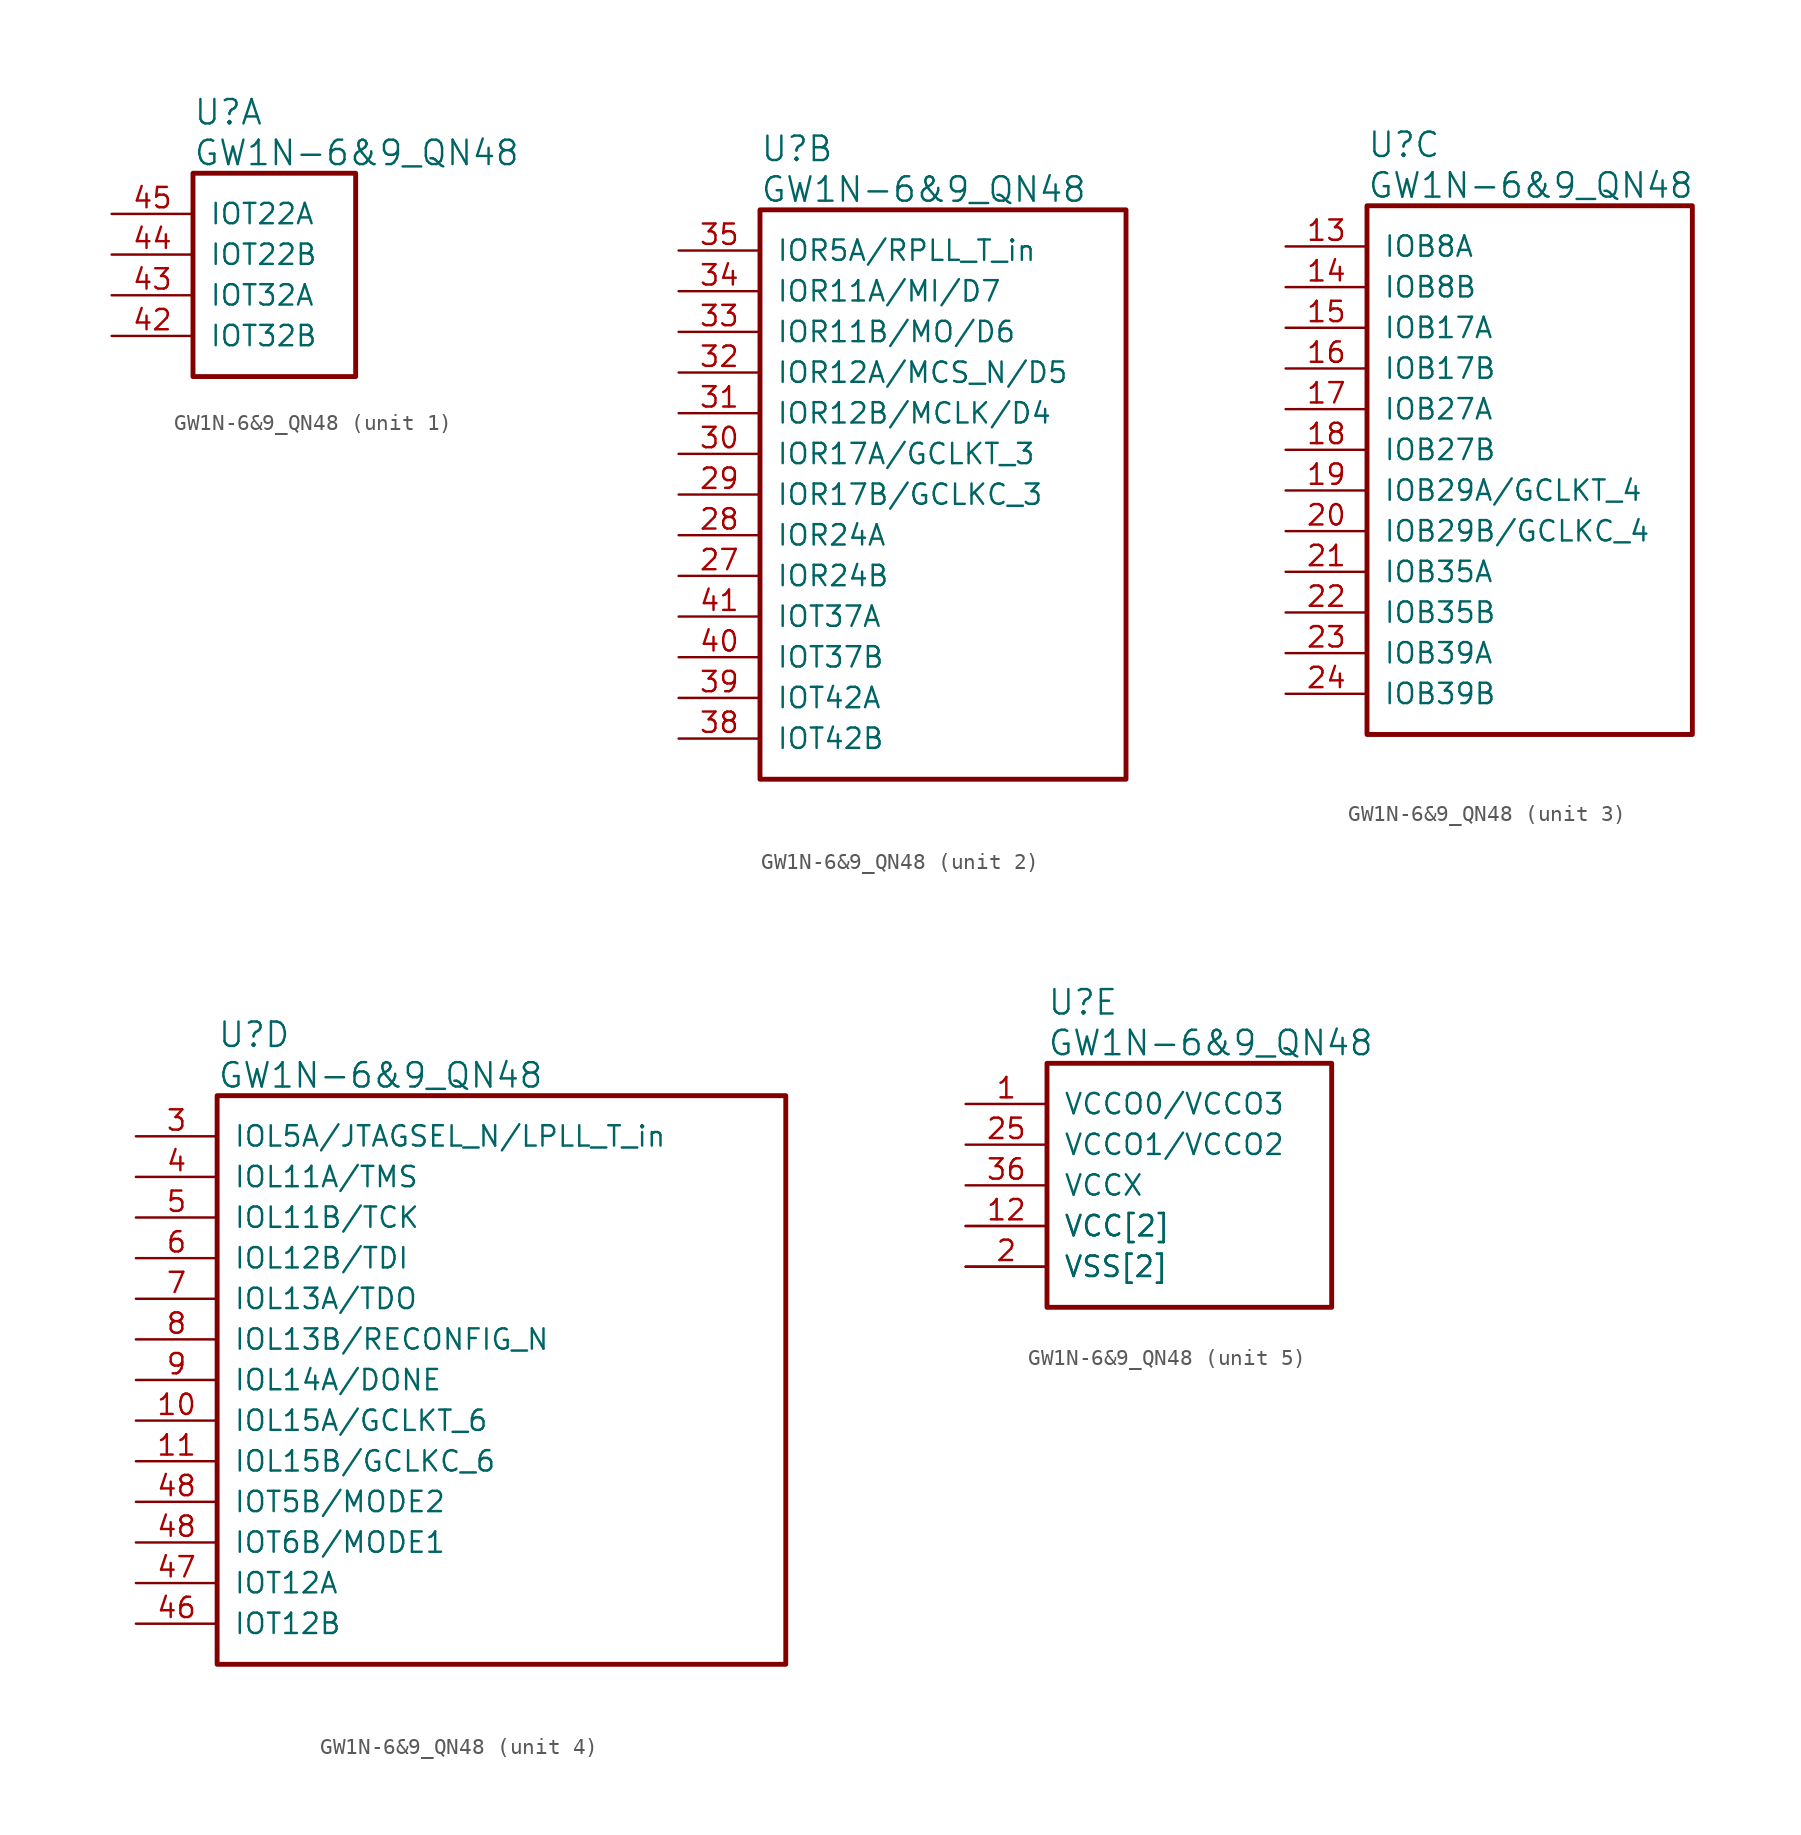
<source format=kicad_sym>
(kicad_symbol_lib
  (version 20241209)
  (generator "kicad_symbol_editor")
  (generator_version "9.0")
  (symbol "GW1N-6&9_QN48"
    (pin_names
      (offset 1.016))
    (property "Reference" "U"
      (at 5.08 6.35 0)
      (effects (font (size 1.524 1.524)) (justify left)))
    (property "Value" "GW1N-6&9_QN48"
      (at 5.08 3.81 0)
      (effects (font (size 1.524 1.524)) (justify left)))
    (property "ki_locked" ""
      (at 0 0 0)
      (effects (font (size 1.27 1.27))))
    (symbol "GW1N-6&9_QN48_1_1"
      (rectangle (start 5.08 2.54) (end 15.24 -10.16) (stroke (width 0.305) (type solid)) (fill (type none)))
      (pin bidirectional line (at 0 0 0) (length 5.08) (name "IOT22A" (effects (font (size 1.27 1.27)))) (number "45" (effects (font (size 1.27 1.27)))))
      (pin bidirectional line (at 0 -2.54 0) (length 5.08) (name "IOT22B" (effects (font (size 1.27 1.27)))) (number "44" (effects (font (size 1.27 1.27)))))
      (pin bidirectional line (at 0 -5.08 0) (length 5.08) (name "IOT32A" (effects (font (size 1.27 1.27)))) (number "43" (effects (font (size 1.27 1.27)))))
      (pin bidirectional line (at 0 -7.62 0) (length 5.08) (name "IOT32B" (effects (font (size 1.27 1.27)))) (number "42" (effects (font (size 1.27 1.27))))))
    (symbol "GW1N-6&9_QN48_2_1"
      (rectangle (start 5.08 2.54) (end 27.94 -33.02) (stroke (width 0.305) (type solid)) (fill (type none)))
      (pin bidirectional line (at 0 0 0) (length 5.08) (name "IOR5A/RPLL_T_in" (effects (font (size 1.27 1.27)))) (number "35" (effects (font (size 1.27 1.27)))))
      (pin bidirectional line (at 0 -2.54 0) (length 5.08) (name "IOR11A/MI/D7" (effects (font (size 1.27 1.27)))) (number "34" (effects (font (size 1.27 1.27)))))
      (pin bidirectional line (at 0 -5.08 0) (length 5.08) (name "IOR11B/MO/D6" (effects (font (size 1.27 1.27)))) (number "33" (effects (font (size 1.27 1.27)))))
      (pin bidirectional line (at 0 -7.62 0) (length 5.08) (name "IOR12A/MCS_N/D5" (effects (font (size 1.27 1.27)))) (number "32" (effects (font (size 1.27 1.27)))))
      (pin bidirectional line (at 0 -10.16 0) (length 5.08) (name "IOR12B/MCLK/D4" (effects (font (size 1.27 1.27)))) (number "31" (effects (font (size 1.27 1.27)))))
      (pin bidirectional line (at 0 -12.7 0) (length 5.08) (name "IOR17A/GCLKT_3" (effects (font (size 1.27 1.27)))) (number "30" (effects (font (size 1.27 1.27)))))
      (pin bidirectional line (at 0 -15.24 0) (length 5.08) (name "IOR17B/GCLKC_3" (effects (font (size 1.27 1.27)))) (number "29" (effects (font (size 1.27 1.27)))))
      (pin bidirectional line (at 0 -17.78 0) (length 5.08) (name "IOR24A" (effects (font (size 1.27 1.27)))) (number "28" (effects (font (size 1.27 1.27)))))
      (pin bidirectional line (at 0 -20.32 0) (length 5.08) (name "IOR24B" (effects (font (size 1.27 1.27)))) (number "27" (effects (font (size 1.27 1.27)))))
      (pin bidirectional line (at 0 -22.86 0) (length 5.08) (name "IOT37A" (effects (font (size 1.27 1.27)))) (number "41" (effects (font (size 1.27 1.27)))))
      (pin bidirectional line (at 0 -25.4 0) (length 5.08) (name "IOT37B" (effects (font (size 1.27 1.27)))) (number "40" (effects (font (size 1.27 1.27)))))
      (pin bidirectional line (at 0 -27.94 0) (length 5.08) (name "IOT42A" (effects (font (size 1.27 1.27)))) (number "39" (effects (font (size 1.27 1.27)))))
      (pin bidirectional line (at 0 -30.48 0) (length 5.08) (name "IOT42B" (effects (font (size 1.27 1.27)))) (number "38" (effects (font (size 1.27 1.27))))))
    (symbol "GW1N-6&9_QN48_3_1"
      (rectangle (start 5.08 2.54) (end 25.4 -30.48) (stroke (width 0.305) (type solid)) (fill (type none)))
      (pin bidirectional line (at 0 0 0) (length 5.08) (name "IOB8A" (effects (font (size 1.27 1.27)))) (number "13" (effects (font (size 1.27 1.27)))))
      (pin bidirectional line (at 0 -2.54 0) (length 5.08) (name "IOB8B" (effects (font (size 1.27 1.27)))) (number "14" (effects (font (size 1.27 1.27)))))
      (pin bidirectional line (at 0 -5.08 0) (length 5.08) (name "IOB17A" (effects (font (size 1.27 1.27)))) (number "15" (effects (font (size 1.27 1.27)))))
      (pin bidirectional line (at 0 -7.62 0) (length 5.08) (name "IOB17B" (effects (font (size 1.27 1.27)))) (number "16" (effects (font (size 1.27 1.27)))))
      (pin bidirectional line (at 0 -10.16 0) (length 5.08) (name "IOB27A" (effects (font (size 1.27 1.27)))) (number "17" (effects (font (size 1.27 1.27)))))
      (pin bidirectional line (at 0 -12.7 0) (length 5.08) (name "IOB27B" (effects (font (size 1.27 1.27)))) (number "18" (effects (font (size 1.27 1.27)))))
      (pin bidirectional line (at 0 -15.24 0) (length 5.08) (name "IOB29A/GCLKT_4" (effects (font (size 1.27 1.27)))) (number "19" (effects (font (size 1.27 1.27)))))
      (pin bidirectional line (at 0 -17.78 0) (length 5.08) (name "IOB29B/GCLKC_4" (effects (font (size 1.27 1.27)))) (number "20" (effects (font (size 1.27 1.27)))))
      (pin bidirectional line (at 0 -20.32 0) (length 5.08) (name "IOB35A" (effects (font (size 1.27 1.27)))) (number "21" (effects (font (size 1.27 1.27)))))
      (pin bidirectional line (at 0 -22.86 0) (length 5.08) (name "IOB35B" (effects (font (size 1.27 1.27)))) (number "22" (effects (font (size 1.27 1.27)))))
      (pin bidirectional line (at 0 -25.4 0) (length 5.08) (name "IOB39A" (effects (font (size 1.27 1.27)))) (number "23" (effects (font (size 1.27 1.27)))))
      (pin bidirectional line (at 0 -27.94 0) (length 5.08) (name "IOB39B" (effects (font (size 1.27 1.27)))) (number "24" (effects (font (size 1.27 1.27))))))
    (symbol "GW1N-6&9_QN48_4_1"
      (rectangle (start 5.08 2.54) (end 40.64 -33.02) (stroke (width 0.305) (type solid)) (fill (type none)))
      (pin bidirectional line (at 0 0 0) (length 5.08) (name "IOL5A/JTAGSEL_N/LPLL_T_in" (effects (font (size 1.27 1.27)))) (number "3" (effects (font (size 1.27 1.27)))))
      (pin bidirectional line (at 0 -2.54 0) (length 5.08) (name "IOL11A/TMS" (effects (font (size 1.27 1.27)))) (number "4" (effects (font (size 1.27 1.27)))))
      (pin bidirectional line (at 0 -5.08 0) (length 5.08) (name "IOL11B/TCK" (effects (font (size 1.27 1.27)))) (number "5" (effects (font (size 1.27 1.27)))))
      (pin bidirectional line (at 0 -7.62 0) (length 5.08) (name "IOL12B/TDI" (effects (font (size 1.27 1.27)))) (number "6" (effects (font (size 1.27 1.27)))))
      (pin bidirectional line (at 0 -10.16 0) (length 5.08) (name "IOL13A/TDO" (effects (font (size 1.27 1.27)))) (number "7" (effects (font (size 1.27 1.27)))))
      (pin bidirectional line (at 0 -12.7 0) (length 5.08) (name "IOL13B/RECONFIG_N" (effects (font (size 1.27 1.27)))) (number "8" (effects (font (size 1.27 1.27)))))
      (pin bidirectional line (at 0 -15.24 0) (length 5.08) (name "IOL14A/DONE" (effects (font (size 1.27 1.27)))) (number "9" (effects (font (size 1.27 1.27)))))
      (pin bidirectional line (at 0 -17.78 0) (length 5.08) (name "IOL15A/GCLKT_6" (effects (font (size 1.27 1.27)))) (number "10" (effects (font (size 1.27 1.27)))))
      (pin bidirectional line (at 0 -20.32 0) (length 5.08) (name "IOL15B/GCLKC_6" (effects (font (size 1.27 1.27)))) (number "11" (effects (font (size 1.27 1.27)))))
      (pin bidirectional line (at 0 -22.86 0) (length 5.08) (name "IOT5B/MODE2" (effects (font (size 1.27 1.27)))) (number "48" (effects (font (size 1.27 1.27)))))
      (pin bidirectional line (at 0 -25.4 0) (length 5.08) (name "IOT6B/MODE1" (effects (font (size 1.27 1.27)))) (number "48" (effects (font (size 1.27 1.27)))))
      (pin bidirectional line (at 0 -27.94 0) (length 5.08) (name "IOT12A" (effects (font (size 1.27 1.27)))) (number "47" (effects (font (size 1.27 1.27)))))
      (pin bidirectional line (at 0 -30.48 0) (length 5.08) (name "IOT12B" (effects (font (size 1.27 1.27)))) (number "46" (effects (font (size 1.27 1.27))))))
    (symbol "GW1N-6&9_QN48_5_1"
      (rectangle (start 5.08 2.54) (end 22.86 -12.7) (stroke (width 0.305) (type solid)) (fill (type none)))
      (pin power_in line (at 0 0 0) (length 5.08) (name "VCCO0/VCCO3" (effects (font (size 1.27 1.27)))) (number "1" (effects (font (size 1.27 1.27)))))
      (pin power_in line (at 0 -2.54 0) (length 5.08) (name "VCCO1/VCCO2" (effects (font (size 1.27 1.27)))) (number "25" (effects (font (size 1.27 1.27)))))
      (pin power_in line (at 0 -5.08 0) (length 5.08) (name "VCCX" (effects (font (size 1.27 1.27)))) (number "36" (effects (font (size 1.27 1.27)))))
      (pin power_in line (at 0 -7.62 0) (length 5.08) (name "VCC[2]" (effects (font (size 1.27 1.27)))) (number "12" (effects (font (size 1.27 1.27)))))
      (pin power_in line (at 0 -7.62 0) (length 5.08) (name "VCC[2]" (effects (font (size 1.27 1.27)))) (number "37" (effects (font (size 0 0)))))
      (pin power_in line (at 0 -10.16 0) (length 5.08) (name "VSS[2]" (effects (font (size 1.27 1.27)))) (number "2" (effects (font (size 1.27 1.27)))))
      (pin power_in line (at 0 -10.16 0) (length 5.08) (name "VSS[2]" (effects (font (size 1.27 1.27)))) (number "26" (effects (font (size 0 0))))))))
</source>
